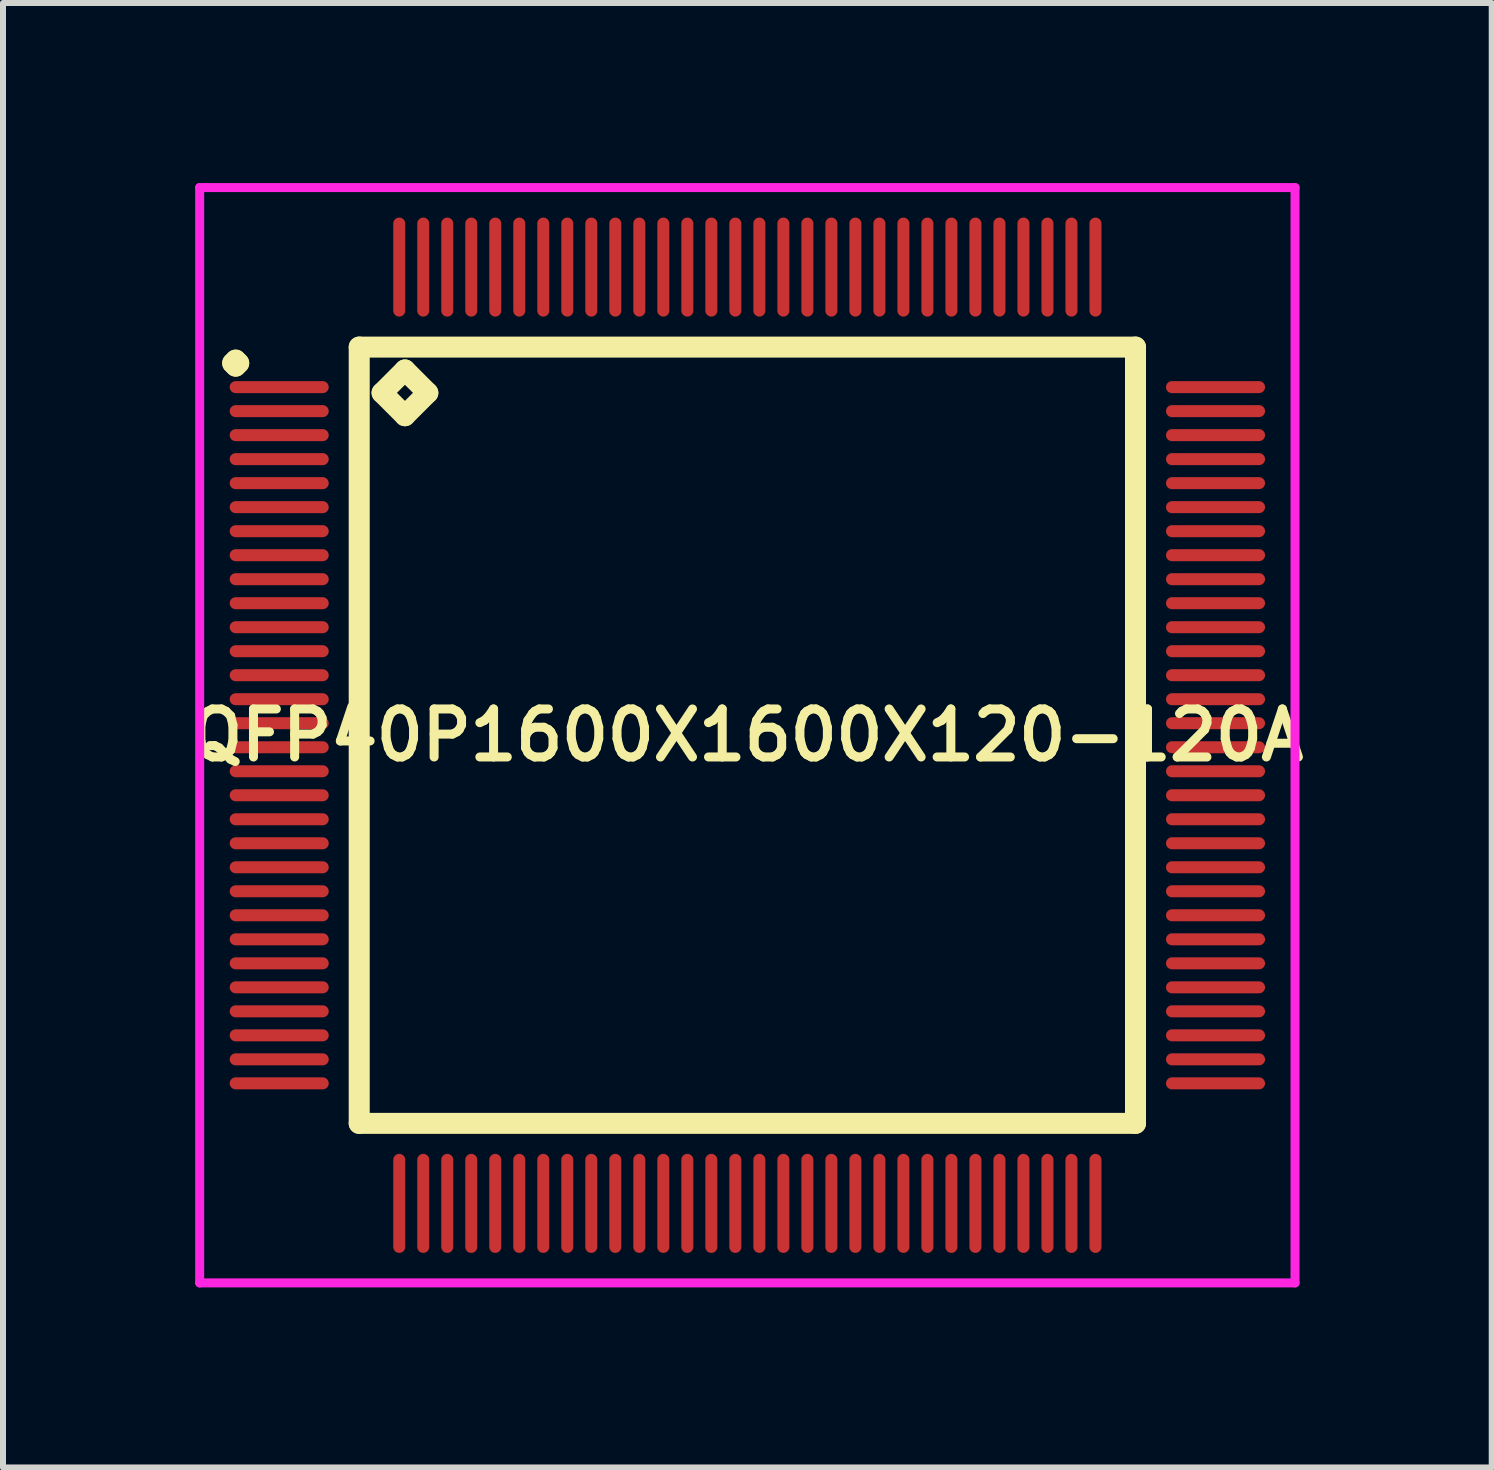
<source format=kicad_pcb>
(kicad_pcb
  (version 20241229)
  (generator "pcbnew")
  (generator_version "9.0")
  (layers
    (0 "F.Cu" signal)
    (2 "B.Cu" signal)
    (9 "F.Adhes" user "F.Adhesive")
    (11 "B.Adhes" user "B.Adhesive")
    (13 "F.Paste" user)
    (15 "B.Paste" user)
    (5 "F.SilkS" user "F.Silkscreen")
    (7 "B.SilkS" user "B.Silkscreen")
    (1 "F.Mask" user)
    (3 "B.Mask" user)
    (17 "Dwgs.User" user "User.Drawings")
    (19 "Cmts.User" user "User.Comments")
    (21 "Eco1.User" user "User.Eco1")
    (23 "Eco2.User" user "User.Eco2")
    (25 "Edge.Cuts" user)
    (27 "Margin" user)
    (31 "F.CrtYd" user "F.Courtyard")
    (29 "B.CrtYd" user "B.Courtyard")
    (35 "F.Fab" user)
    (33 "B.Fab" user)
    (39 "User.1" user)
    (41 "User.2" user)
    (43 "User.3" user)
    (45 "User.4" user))
  (footprint "QFP40P1600X1600X120-120A"
    (layer "F.Cu")
    (at 9.402 9.2)
    (property "Reference" "QFP40P1600X1600X120-120A" (at 0 0 0) (layer "F.SilkS") (effects (font (size 0.8 0.8) (thickness 0.15))))
    (attr smd)
    (fp_line (start -8.575 -6.2) (end -8.525 -6.25) (stroke (width 0.35) (type solid)) (layer "F.SilkS"))
    (fp_line (start -8.525 -6.25) (end -8.475 -6.2) (stroke (width 0.35) (type solid)) (layer "F.SilkS"))
    (fp_line (start -8.525 -6.15) (end -8.575 -6.2) (stroke (width 0.35) (type solid)) (layer "F.SilkS"))
    (fp_line (start -8.475 -6.2) (end -8.525 -6.15) (stroke (width 0.35) (type solid)) (layer "F.SilkS"))
    (fp_line (start -6.467 -6.467) (end -6.467 6.467) (stroke (width 0.35) (type solid)) (layer "F.SilkS"))
    (fp_line (start -6.467 6.467) (end 6.467 6.467) (stroke (width 0.35) (type solid)) (layer "F.SilkS"))
    (fp_line (start -6.086 -5.705) (end -5.705 -6.086) (stroke (width 0.35) (type solid)) (layer "F.SilkS"))
    (fp_line (start -5.705 -6.086) (end -5.324 -5.705) (stroke (width 0.35) (type solid)) (layer "F.SilkS"))
    (fp_line (start -5.705 -5.324) (end -6.086 -5.705) (stroke (width 0.35) (type solid)) (layer "F.SilkS"))
    (fp_line (start -5.324 -5.705) (end -5.705 -5.324) (stroke (width 0.35) (type solid)) (layer "F.SilkS"))
    (fp_line (start 6.467 -6.467) (end -6.467 -6.467) (stroke (width 0.35) (type solid)) (layer "F.SilkS"))
    (fp_line (start 6.467 6.467) (end 6.467 -6.467) (stroke (width 0.35) (type solid)) (layer "F.SilkS"))
    (fp_line (start -9.125 -9.125) (end 9.125 -9.125) (stroke (width 0.15) (type solid)) (layer "F.CrtYd"))
    (fp_line (start -9.125 9.125) (end -9.125 -9.125) (stroke (width 0.15) (type solid)) (layer "F.CrtYd"))
    (fp_line (start 9.125 -9.125) (end 9.125 9.125) (stroke (width 0.15) (type solid)) (layer "F.CrtYd"))
    (fp_line (start 9.125 9.125) (end -9.125 9.125) (stroke (width 0.15) (type solid)) (layer "F.CrtYd"))
    (pad "1" smd oval (at -7.8 -5.8) (size 1.65 0.2) (layers "F.Cu" "F.Mask" "F.Paste"))
    (pad "2" smd oval (at -7.8 -5.4) (size 1.65 0.2) (layers "F.Cu" "F.Mask" "F.Paste"))
    (pad "3" smd oval (at -7.8 -5) (size 1.65 0.2) (layers "F.Cu" "F.Mask" "F.Paste"))
    (pad "4" smd oval (at -7.8 -4.6) (size 1.65 0.2) (layers "F.Cu" "F.Mask" "F.Paste"))
    (pad "5" smd oval (at -7.8 -4.2) (size 1.65 0.2) (layers "F.Cu" "F.Mask" "F.Paste"))
    (pad "6" smd oval (at -7.8 -3.8) (size 1.65 0.2) (layers "F.Cu" "F.Mask" "F.Paste"))
    (pad "7" smd oval (at -7.8 -3.4) (size 1.65 0.2) (layers "F.Cu" "F.Mask" "F.Paste"))
    (pad "8" smd oval (at -7.8 -3) (size 1.65 0.2) (layers "F.Cu" "F.Mask" "F.Paste"))
    (pad "9" smd oval (at -7.8 -2.6) (size 1.65 0.2) (layers "F.Cu" "F.Mask" "F.Paste"))
    (pad "10" smd oval (at -7.8 -2.2) (size 1.65 0.2) (layers "F.Cu" "F.Mask" "F.Paste"))
    (pad "11" smd oval (at -7.8 -1.8) (size 1.65 0.2) (layers "F.Cu" "F.Mask" "F.Paste"))
    (pad "12" smd oval (at -7.8 -1.4) (size 1.65 0.2) (layers "F.Cu" "F.Mask" "F.Paste"))
    (pad "13" smd oval (at -7.8 -1) (size 1.65 0.2) (layers "F.Cu" "F.Mask" "F.Paste"))
    (pad "14" smd oval (at -7.8 -0.6) (size 1.65 0.2) (layers "F.Cu" "F.Mask" "F.Paste"))
    (pad "15" smd oval (at -7.8 -0.2) (size 1.65 0.2) (layers "F.Cu" "F.Mask" "F.Paste"))
    (pad "16" smd oval (at -7.8 0.2) (size 1.65 0.2) (layers "F.Cu" "F.Mask" "F.Paste"))
    (pad "17" smd oval (at -7.8 0.6) (size 1.65 0.2) (layers "F.Cu" "F.Mask" "F.Paste"))
    (pad "18" smd oval (at -7.8 1) (size 1.65 0.2) (layers "F.Cu" "F.Mask" "F.Paste"))
    (pad "19" smd oval (at -7.8 1.4) (size 1.65 0.2) (layers "F.Cu" "F.Mask" "F.Paste"))
    (pad "20" smd oval (at -7.8 1.8) (size 1.65 0.2) (layers "F.Cu" "F.Mask" "F.Paste"))
    (pad "21" smd oval (at -7.8 2.2) (size 1.65 0.2) (layers "F.Cu" "F.Mask" "F.Paste"))
    (pad "22" smd oval (at -7.8 2.6) (size 1.65 0.2) (layers "F.Cu" "F.Mask" "F.Paste"))
    (pad "23" smd oval (at -7.8 3) (size 1.65 0.2) (layers "F.Cu" "F.Mask" "F.Paste"))
    (pad "24" smd oval (at -7.8 3.4) (size 1.65 0.2) (layers "F.Cu" "F.Mask" "F.Paste"))
    (pad "25" smd oval (at -7.8 3.8) (size 1.65 0.2) (layers "F.Cu" "F.Mask" "F.Paste"))
    (pad "26" smd oval (at -7.8 4.2) (size 1.65 0.2) (layers "F.Cu" "F.Mask" "F.Paste"))
    (pad "27" smd oval (at -7.8 4.6) (size 1.65 0.2) (layers "F.Cu" "F.Mask" "F.Paste"))
    (pad "28" smd oval (at -7.8 5) (size 1.65 0.2) (layers "F.Cu" "F.Mask" "F.Paste"))
    (pad "29" smd oval (at -7.8 5.4) (size 1.65 0.2) (layers "F.Cu" "F.Mask" "F.Paste"))
    (pad "30" smd oval (at -7.8 5.8) (size 1.65 0.2) (layers "F.Cu" "F.Mask" "F.Paste"))
    (pad "31" smd oval (at -5.8 7.8) (size 0.2 1.65) (layers "F.Cu" "F.Mask" "F.Paste"))
    (pad "32" smd oval (at -5.4 7.8) (size 0.2 1.65) (layers "F.Cu" "F.Mask" "F.Paste"))
    (pad "33" smd oval (at -5 7.8) (size 0.2 1.65) (layers "F.Cu" "F.Mask" "F.Paste"))
    (pad "34" smd oval (at -4.6 7.8) (size 0.2 1.65) (layers "F.Cu" "F.Mask" "F.Paste"))
    (pad "35" smd oval (at -4.2 7.8) (size 0.2 1.65) (layers "F.Cu" "F.Mask" "F.Paste"))
    (pad "36" smd oval (at -3.8 7.8) (size 0.2 1.65) (layers "F.Cu" "F.Mask" "F.Paste"))
    (pad "37" smd oval (at -3.4 7.8) (size 0.2 1.65) (layers "F.Cu" "F.Mask" "F.Paste"))
    (pad "38" smd oval (at -3 7.8) (size 0.2 1.65) (layers "F.Cu" "F.Mask" "F.Paste"))
    (pad "39" smd oval (at -2.6 7.8) (size 0.2 1.65) (layers "F.Cu" "F.Mask" "F.Paste"))
    (pad "40" smd oval (at -2.2 7.8) (size 0.2 1.65) (layers "F.Cu" "F.Mask" "F.Paste"))
    (pad "41" smd oval (at -1.8 7.8) (size 0.2 1.65) (layers "F.Cu" "F.Mask" "F.Paste"))
    (pad "42" smd oval (at -1.4 7.8) (size 0.2 1.65) (layers "F.Cu" "F.Mask" "F.Paste"))
    (pad "43" smd oval (at -1 7.8) (size 0.2 1.65) (layers "F.Cu" "F.Mask" "F.Paste"))
    (pad "44" smd oval (at -0.6 7.8) (size 0.2 1.65) (layers "F.Cu" "F.Mask" "F.Paste"))
    (pad "45" smd oval (at -0.2 7.8) (size 0.2 1.65) (layers "F.Cu" "F.Mask" "F.Paste"))
    (pad "46" smd oval (at 0.2 7.8) (size 0.2 1.65) (layers "F.Cu" "F.Mask" "F.Paste"))
    (pad "47" smd oval (at 0.6 7.8) (size 0.2 1.65) (layers "F.Cu" "F.Mask" "F.Paste"))
    (pad "48" smd oval (at 1 7.8) (size 0.2 1.65) (layers "F.Cu" "F.Mask" "F.Paste"))
    (pad "49" smd oval (at 1.4 7.8) (size 0.2 1.65) (layers "F.Cu" "F.Mask" "F.Paste"))
    (pad "50" smd oval (at 1.8 7.8) (size 0.2 1.65) (layers "F.Cu" "F.Mask" "F.Paste"))
    (pad "51" smd oval (at 2.2 7.8) (size 0.2 1.65) (layers "F.Cu" "F.Mask" "F.Paste"))
    (pad "52" smd oval (at 2.6 7.8) (size 0.2 1.65) (layers "F.Cu" "F.Mask" "F.Paste"))
    (pad "53" smd oval (at 3 7.8) (size 0.2 1.65) (layers "F.Cu" "F.Mask" "F.Paste"))
    (pad "54" smd oval (at 3.4 7.8) (size 0.2 1.65) (layers "F.Cu" "F.Mask" "F.Paste"))
    (pad "55" smd oval (at 3.8 7.8) (size 0.2 1.65) (layers "F.Cu" "F.Mask" "F.Paste"))
    (pad "56" smd oval (at 4.2 7.8) (size 0.2 1.65) (layers "F.Cu" "F.Mask" "F.Paste"))
    (pad "57" smd oval (at 4.6 7.8) (size 0.2 1.65) (layers "F.Cu" "F.Mask" "F.Paste"))
    (pad "58" smd oval (at 5 7.8) (size 0.2 1.65) (layers "F.Cu" "F.Mask" "F.Paste"))
    (pad "59" smd oval (at 5.4 7.8) (size 0.2 1.65) (layers "F.Cu" "F.Mask" "F.Paste"))
    (pad "60" smd oval (at 5.8 7.8) (size 0.2 1.65) (layers "F.Cu" "F.Mask" "F.Paste"))
    (pad "61" smd oval (at 7.8 5.8) (size 1.65 0.2) (layers "F.Cu" "F.Mask" "F.Paste"))
    (pad "62" smd oval (at 7.8 5.4) (size 1.65 0.2) (layers "F.Cu" "F.Mask" "F.Paste"))
    (pad "63" smd oval (at 7.8 5) (size 1.65 0.2) (layers "F.Cu" "F.Mask" "F.Paste"))
    (pad "64" smd oval (at 7.8 4.6) (size 1.65 0.2) (layers "F.Cu" "F.Mask" "F.Paste"))
    (pad "65" smd oval (at 7.8 4.2) (size 1.65 0.2) (layers "F.Cu" "F.Mask" "F.Paste"))
    (pad "66" smd oval (at 7.8 3.8) (size 1.65 0.2) (layers "F.Cu" "F.Mask" "F.Paste"))
    (pad "67" smd oval (at 7.8 3.4) (size 1.65 0.2) (layers "F.Cu" "F.Mask" "F.Paste"))
    (pad "68" smd oval (at 7.8 3) (size 1.65 0.2) (layers "F.Cu" "F.Mask" "F.Paste"))
    (pad "69" smd oval (at 7.8 2.6) (size 1.65 0.2) (layers "F.Cu" "F.Mask" "F.Paste"))
    (pad "70" smd oval (at 7.8 2.2) (size 1.65 0.2) (layers "F.Cu" "F.Mask" "F.Paste"))
    (pad "71" smd oval (at 7.8 1.8) (size 1.65 0.2) (layers "F.Cu" "F.Mask" "F.Paste"))
    (pad "72" smd oval (at 7.8 1.4) (size 1.65 0.2) (layers "F.Cu" "F.Mask" "F.Paste"))
    (pad "73" smd oval (at 7.8 1) (size 1.65 0.2) (layers "F.Cu" "F.Mask" "F.Paste"))
    (pad "74" smd oval (at 7.8 0.6) (size 1.65 0.2) (layers "F.Cu" "F.Mask" "F.Paste"))
    (pad "75" smd oval (at 7.8 0.2) (size 1.65 0.2) (layers "F.Cu" "F.Mask" "F.Paste"))
    (pad "76" smd oval (at 7.8 -0.2) (size 1.65 0.2) (layers "F.Cu" "F.Mask" "F.Paste"))
    (pad "77" smd oval (at 7.8 -0.6) (size 1.65 0.2) (layers "F.Cu" "F.Mask" "F.Paste"))
    (pad "78" smd oval (at 7.8 -1) (size 1.65 0.2) (layers "F.Cu" "F.Mask" "F.Paste"))
    (pad "79" smd oval (at 7.8 -1.4) (size 1.65 0.2) (layers "F.Cu" "F.Mask" "F.Paste"))
    (pad "80" smd oval (at 7.8 -1.8) (size 1.65 0.2) (layers "F.Cu" "F.Mask" "F.Paste"))
    (pad "81" smd oval (at 7.8 -2.2) (size 1.65 0.2) (layers "F.Cu" "F.Mask" "F.Paste"))
    (pad "82" smd oval (at 7.8 -2.6) (size 1.65 0.2) (layers "F.Cu" "F.Mask" "F.Paste"))
    (pad "83" smd oval (at 7.8 -3) (size 1.65 0.2) (layers "F.Cu" "F.Mask" "F.Paste"))
    (pad "84" smd oval (at 7.8 -3.4) (size 1.65 0.2) (layers "F.Cu" "F.Mask" "F.Paste"))
    (pad "85" smd oval (at 7.8 -3.8) (size 1.65 0.2) (layers "F.Cu" "F.Mask" "F.Paste"))
    (pad "86" smd oval (at 7.8 -4.2) (size 1.65 0.2) (layers "F.Cu" "F.Mask" "F.Paste"))
    (pad "87" smd oval (at 7.8 -4.6) (size 1.65 0.2) (layers "F.Cu" "F.Mask" "F.Paste"))
    (pad "88" smd oval (at 7.8 -5) (size 1.65 0.2) (layers "F.Cu" "F.Mask" "F.Paste"))
    (pad "89" smd oval (at 7.8 -5.4) (size 1.65 0.2) (layers "F.Cu" "F.Mask" "F.Paste"))
    (pad "90" smd oval (at 7.8 -5.8) (size 1.65 0.2) (layers "F.Cu" "F.Mask" "F.Paste"))
    (pad "91" smd oval (at 5.8 -7.8) (size 0.2 1.65) (layers "F.Cu" "F.Mask" "F.Paste"))
    (pad "92" smd oval (at 5.4 -7.8) (size 0.2 1.65) (layers "F.Cu" "F.Mask" "F.Paste"))
    (pad "93" smd oval (at 5 -7.8) (size 0.2 1.65) (layers "F.Cu" "F.Mask" "F.Paste"))
    (pad "94" smd oval (at 4.6 -7.8) (size 0.2 1.65) (layers "F.Cu" "F.Mask" "F.Paste"))
    (pad "95" smd oval (at 4.2 -7.8) (size 0.2 1.65) (layers "F.Cu" "F.Mask" "F.Paste"))
    (pad "96" smd oval (at 3.8 -7.8) (size 0.2 1.65) (layers "F.Cu" "F.Mask" "F.Paste"))
    (pad "97" smd oval (at 3.4 -7.8) (size 0.2 1.65) (layers "F.Cu" "F.Mask" "F.Paste"))
    (pad "98" smd oval (at 3 -7.8) (size 0.2 1.65) (layers "F.Cu" "F.Mask" "F.Paste"))
    (pad "99" smd oval (at 2.6 -7.8) (size 0.2 1.65) (layers "F.Cu" "F.Mask" "F.Paste"))
    (pad "100" smd oval (at 2.2 -7.8) (size 0.2 1.65) (layers "F.Cu" "F.Mask" "F.Paste"))
    (pad "101" smd oval (at 1.8 -7.8) (size 0.2 1.65) (layers "F.Cu" "F.Mask" "F.Paste"))
    (pad "102" smd oval (at 1.4 -7.8) (size 0.2 1.65) (layers "F.Cu" "F.Mask" "F.Paste"))
    (pad "103" smd oval (at 1 -7.8) (size 0.2 1.65) (layers "F.Cu" "F.Mask" "F.Paste"))
    (pad "104" smd oval (at 0.6 -7.8) (size 0.2 1.65) (layers "F.Cu" "F.Mask" "F.Paste"))
    (pad "105" smd oval (at 0.2 -7.8) (size 0.2 1.65) (layers "F.Cu" "F.Mask" "F.Paste"))
    (pad "106" smd oval (at -0.2 -7.8) (size 0.2 1.65) (layers "F.Cu" "F.Mask" "F.Paste"))
    (pad "107" smd oval (at -0.6 -7.8) (size 0.2 1.65) (layers "F.Cu" "F.Mask" "F.Paste"))
    (pad "108" smd oval (at -1 -7.8) (size 0.2 1.65) (layers "F.Cu" "F.Mask" "F.Paste"))
    (pad "109" smd oval (at -1.4 -7.8) (size 0.2 1.65) (layers "F.Cu" "F.Mask" "F.Paste"))
    (pad "110" smd oval (at -1.8 -7.8) (size 0.2 1.65) (layers "F.Cu" "F.Mask" "F.Paste"))
    (pad "111" smd oval (at -2.2 -7.8) (size 0.2 1.65) (layers "F.Cu" "F.Mask" "F.Paste"))
    (pad "112" smd oval (at -2.6 -7.8) (size 0.2 1.65) (layers "F.Cu" "F.Mask" "F.Paste"))
    (pad "113" smd oval (at -3 -7.8) (size 0.2 1.65) (layers "F.Cu" "F.Mask" "F.Paste"))
    (pad "114" smd oval (at -3.4 -7.8) (size 0.2 1.65) (layers "F.Cu" "F.Mask" "F.Paste"))
    (pad "115" smd oval (at -3.8 -7.8) (size 0.2 1.65) (layers "F.Cu" "F.Mask" "F.Paste"))
    (pad "116" smd oval (at -4.2 -7.8) (size 0.2 1.65) (layers "F.Cu" "F.Mask" "F.Paste"))
    (pad "117" smd oval (at -4.6 -7.8) (size 0.2 1.65) (layers "F.Cu" "F.Mask" "F.Paste"))
    (pad "118" smd oval (at -5 -7.8) (size 0.2 1.65) (layers "F.Cu" "F.Mask" "F.Paste"))
    (pad "119" smd oval (at -5.4 -7.8) (size 0.2 1.65) (layers "F.Cu" "F.Mask" "F.Paste"))
    (pad "120" smd oval (at -5.8 -7.8) (size 0.2 1.65) (layers "F.Cu" "F.Mask" "F.Paste")))
  (gr_rect
    (start -3 -3)
    (end 21.804 21.4)
    (stroke (width 0.1) (type default))
    (fill no)
    (layer "Edge.Cuts")))
</source>
